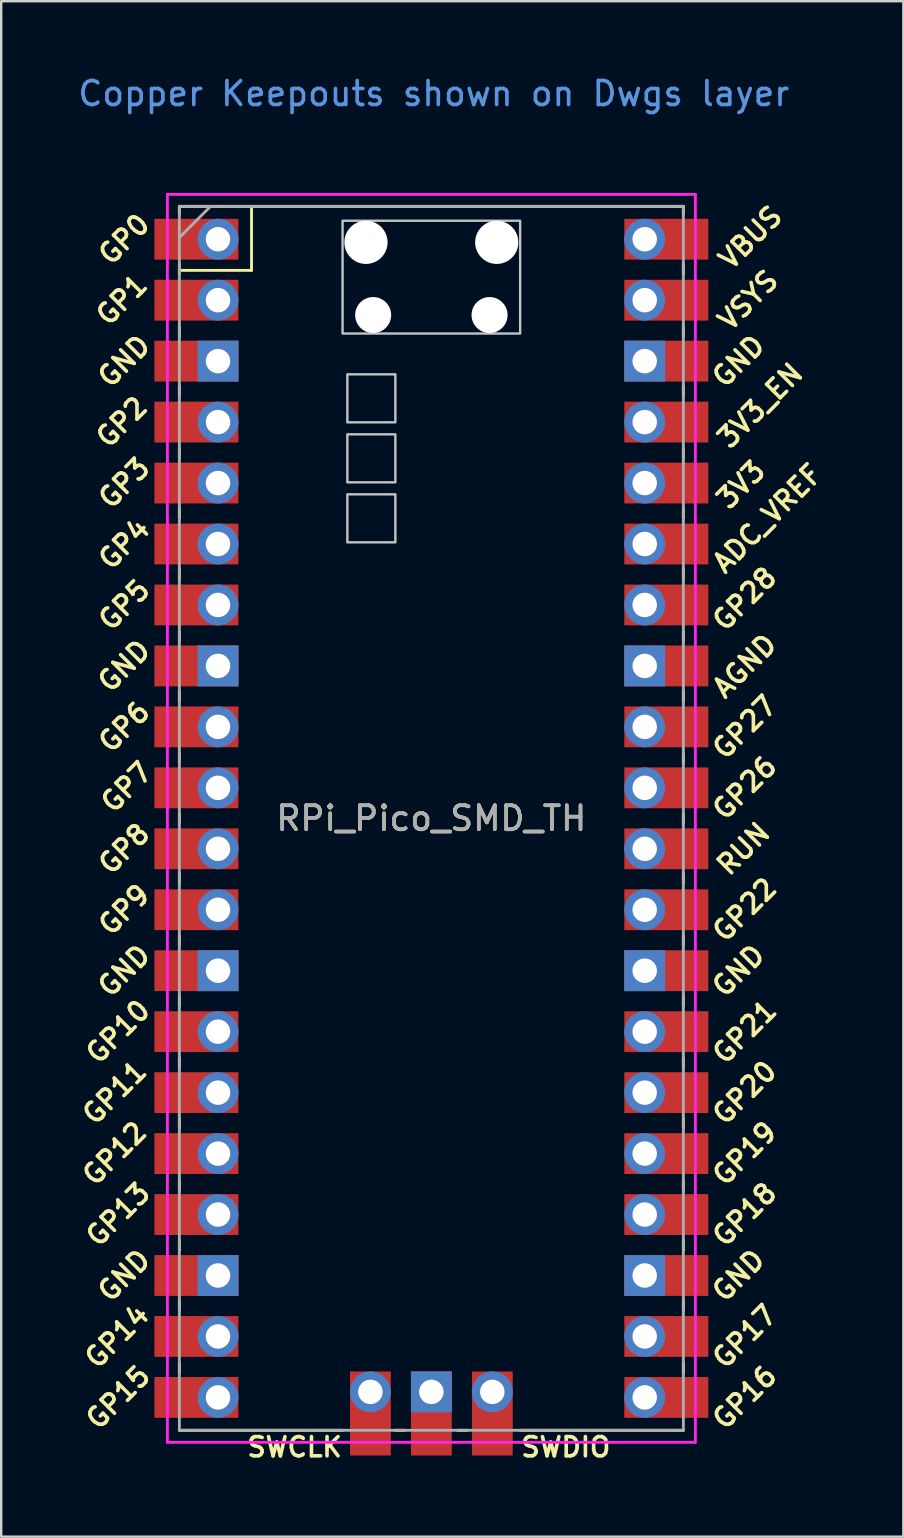
<source format=kicad_pcb>
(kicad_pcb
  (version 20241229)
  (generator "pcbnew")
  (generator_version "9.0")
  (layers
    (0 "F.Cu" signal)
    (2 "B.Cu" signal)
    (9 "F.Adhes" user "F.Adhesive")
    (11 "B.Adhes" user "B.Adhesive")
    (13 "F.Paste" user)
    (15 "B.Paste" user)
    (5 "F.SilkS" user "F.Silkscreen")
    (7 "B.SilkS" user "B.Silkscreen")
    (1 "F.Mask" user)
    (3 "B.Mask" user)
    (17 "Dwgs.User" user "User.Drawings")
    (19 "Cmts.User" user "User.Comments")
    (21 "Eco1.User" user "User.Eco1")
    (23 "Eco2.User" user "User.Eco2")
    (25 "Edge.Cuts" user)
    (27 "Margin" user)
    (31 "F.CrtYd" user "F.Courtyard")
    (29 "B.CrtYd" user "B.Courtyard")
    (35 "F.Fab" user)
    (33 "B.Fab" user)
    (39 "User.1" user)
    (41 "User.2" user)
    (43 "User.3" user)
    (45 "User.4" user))
  (footprint "RPi_Pico_SMD_TH"
    (layer "F.Cu")
    (at 14.924 31.048)
    (property "Reference" "RPi_Pico_SMD_TH" (at 0 0 0) (layer "F.SilkS") (effects (font (size 1 1) (thickness 0.15))))
    (attr through_hole)
    (fp_line (start -10.5 -25.5) (end -10.5 -25.2) (stroke (width 0.12) (type solid)) (layer "F.SilkS"))
    (fp_line (start -10.5 -25.5) (end 10.5 -25.5) (stroke (width 0.12) (type solid)) (layer "F.SilkS"))
    (fp_line (start -10.5 -23.1) (end -10.5 -22.7) (stroke (width 0.12) (type solid)) (layer "F.SilkS"))
    (fp_line (start -10.5 -22.833) (end -7.493 -22.833) (stroke (width 0.12) (type solid)) (layer "F.SilkS"))
    (fp_line (start -10.5 -20.5) (end -10.5 -20.1) (stroke (width 0.12) (type solid)) (layer "F.SilkS"))
    (fp_line (start -10.5 -18) (end -10.5 -17.6) (stroke (width 0.12) (type solid)) (layer "F.SilkS"))
    (fp_line (start -10.5 -15.4) (end -10.5 -15) (stroke (width 0.12) (type solid)) (layer "F.SilkS"))
    (fp_line (start -10.5 -12.9) (end -10.5 -12.5) (stroke (width 0.12) (type solid)) (layer "F.SilkS"))
    (fp_line (start -10.5 -10.4) (end -10.5 -10) (stroke (width 0.12) (type solid)) (layer "F.SilkS"))
    (fp_line (start -10.5 -7.8) (end -10.5 -7.4) (stroke (width 0.12) (type solid)) (layer "F.SilkS"))
    (fp_line (start -10.5 -5.3) (end -10.5 -4.9) (stroke (width 0.12) (type solid)) (layer "F.SilkS"))
    (fp_line (start -10.5 -2.7) (end -10.5 -2.3) (stroke (width 0.12) (type solid)) (layer "F.SilkS"))
    (fp_line (start -10.5 -0.2) (end -10.5 0.2) (stroke (width 0.12) (type solid)) (layer "F.SilkS"))
    (fp_line (start -10.5 2.3) (end -10.5 2.7) (stroke (width 0.12) (type solid)) (layer "F.SilkS"))
    (fp_line (start -10.5 4.9) (end -10.5 5.3) (stroke (width 0.12) (type solid)) (layer "F.SilkS"))
    (fp_line (start -10.5 7.4) (end -10.5 7.8) (stroke (width 0.12) (type solid)) (layer "F.SilkS"))
    (fp_line (start -10.5 10) (end -10.5 10.4) (stroke (width 0.12) (type solid)) (layer "F.SilkS"))
    (fp_line (start -10.5 12.5) (end -10.5 12.9) (stroke (width 0.12) (type solid)) (layer "F.SilkS"))
    (fp_line (start -10.5 15.1) (end -10.5 15.5) (stroke (width 0.12) (type solid)) (layer "F.SilkS"))
    (fp_line (start -10.5 17.6) (end -10.5 18) (stroke (width 0.12) (type solid)) (layer "F.SilkS"))
    (fp_line (start -10.5 20.1) (end -10.5 20.5) (stroke (width 0.12) (type solid)) (layer "F.SilkS"))
    (fp_line (start -10.5 22.7) (end -10.5 23.1) (stroke (width 0.12) (type solid)) (layer "F.SilkS"))
    (fp_line (start -7.493 -22.833) (end -7.493 -25.5) (stroke (width 0.12) (type solid)) (layer "F.SilkS"))
    (fp_line (start -3.7 25.5) (end -10.5 25.5) (stroke (width 0.12) (type solid)) (layer "F.SilkS"))
    (fp_line (start -1.5 25.5) (end -1.1 25.5) (stroke (width 0.12) (type solid)) (layer "F.SilkS"))
    (fp_line (start 1.1 25.5) (end 1.5 25.5) (stroke (width 0.12) (type solid)) (layer "F.SilkS"))
    (fp_line (start 10.5 -25.5) (end 10.5 -25.2) (stroke (width 0.12) (type solid)) (layer "F.SilkS"))
    (fp_line (start 10.5 -23.1) (end 10.5 -22.7) (stroke (width 0.12) (type solid)) (layer "F.SilkS"))
    (fp_line (start 10.5 -20.5) (end 10.5 -20.1) (stroke (width 0.12) (type solid)) (layer "F.SilkS"))
    (fp_line (start 10.5 -18) (end 10.5 -17.6) (stroke (width 0.12) (type solid)) (layer "F.SilkS"))
    (fp_line (start 10.5 -15.4) (end 10.5 -15) (stroke (width 0.12) (type solid)) (layer "F.SilkS"))
    (fp_line (start 10.5 -12.9) (end 10.5 -12.5) (stroke (width 0.12) (type solid)) (layer "F.SilkS"))
    (fp_line (start 10.5 -10.4) (end 10.5 -10) (stroke (width 0.12) (type solid)) (layer "F.SilkS"))
    (fp_line (start 10.5 -7.8) (end 10.5 -7.4) (stroke (width 0.12) (type solid)) (layer "F.SilkS"))
    (fp_line (start 10.5 -5.3) (end 10.5 -4.9) (stroke (width 0.12) (type solid)) (layer "F.SilkS"))
    (fp_line (start 10.5 -2.7) (end 10.5 -2.3) (stroke (width 0.12) (type solid)) (layer "F.SilkS"))
    (fp_line (start 10.5 -0.2) (end 10.5 0.2) (stroke (width 0.12) (type solid)) (layer "F.SilkS"))
    (fp_line (start 10.5 2.3) (end 10.5 2.7) (stroke (width 0.12) (type solid)) (layer "F.SilkS"))
    (fp_line (start 10.5 4.9) (end 10.5 5.3) (stroke (width 0.12) (type solid)) (layer "F.SilkS"))
    (fp_line (start 10.5 7.4) (end 10.5 7.8) (stroke (width 0.12) (type solid)) (layer "F.SilkS"))
    (fp_line (start 10.5 10) (end 10.5 10.4) (stroke (width 0.12) (type solid)) (layer "F.SilkS"))
    (fp_line (start 10.5 12.5) (end 10.5 12.9) (stroke (width 0.12) (type solid)) (layer "F.SilkS"))
    (fp_line (start 10.5 15.1) (end 10.5 15.5) (stroke (width 0.12) (type solid)) (layer "F.SilkS"))
    (fp_line (start 10.5 17.6) (end 10.5 18) (stroke (width 0.12) (type solid)) (layer "F.SilkS"))
    (fp_line (start 10.5 20.1) (end 10.5 20.5) (stroke (width 0.12) (type solid)) (layer "F.SilkS"))
    (fp_line (start 10.5 22.7) (end 10.5 23.1) (stroke (width 0.12) (type solid)) (layer "F.SilkS"))
    (fp_line (start 10.5 25.5) (end 3.7 25.5) (stroke (width 0.12) (type solid)) (layer "F.SilkS"))
    (fp_poly (pts (xy -1.5 -16.5) (xy -3.5 -16.5) (xy -3.5 -18.5) (xy -1.5 -18.5)) (stroke (width 0.1) (type solid)) (fill no) (layer "Dwgs.User"))
    (fp_poly (pts (xy -1.5 -14) (xy -3.5 -14) (xy -3.5 -16) (xy -1.5 -16)) (stroke (width 0.1) (type solid)) (fill no) (layer "Dwgs.User"))
    (fp_poly (pts (xy -1.5 -11.5) (xy -3.5 -11.5) (xy -3.5 -13.5) (xy -1.5 -13.5)) (stroke (width 0.1) (type solid)) (fill no) (layer "Dwgs.User"))
    (fp_poly (pts (xy 3.7 -20.2) (xy -3.7 -20.2) (xy -3.7 -24.9) (xy 3.7 -24.9)) (stroke (width 0.1) (type solid)) (fill no) (layer "Dwgs.User"))
    (fp_line (start -11 -26) (end 11 -26) (stroke (width 0.12) (type solid)) (layer "F.CrtYd"))
    (fp_line (start -11 26) (end -11 -26) (stroke (width 0.12) (type solid)) (layer "F.CrtYd"))
    (fp_line (start 11 -26) (end 11 26) (stroke (width 0.12) (type solid)) (layer "F.CrtYd"))
    (fp_line (start 11 26) (end -11 26) (stroke (width 0.12) (type solid)) (layer "F.CrtYd"))
    (fp_line (start -10.5 -25.5) (end 10.5 -25.5) (stroke (width 0.12) (type solid)) (layer "F.Fab"))
    (fp_line (start -10.5 -24.2) (end -9.2 -25.5) (stroke (width 0.12) (type solid)) (layer "F.Fab"))
    (fp_line (start -10.5 25.5) (end -10.5 -25.5) (stroke (width 0.12) (type solid)) (layer "F.Fab"))
    (fp_line (start 10.5 -25.5) (end 10.5 25.5) (stroke (width 0.12) (type solid)) (layer "F.Fab"))
    (fp_line (start 10.5 25.5) (end -10.5 25.5) (stroke (width 0.12) (type solid)) (layer "F.Fab"))
    (fp_text user "GP4" (at -12.8 -11.43 45) (layer "F.SilkS") (effects (font (size 0.8 0.8) (thickness 0.15))))
    (fp_text user "GP21" (at 13.054 8.9 45) (layer "F.SilkS") (effects (font (size 0.8 0.8) (thickness 0.15))))
    (fp_text user "SWDIO" (at 5.6 26.2 0) (layer "F.SilkS") (effects (font (size 0.8 0.8) (thickness 0.15))))
    (fp_text user "SWCLK" (at -5.7 26.2 0) (layer "F.SilkS") (effects (font (size 0.8 0.8) (thickness 0.15))))
    (fp_text user "GND" (at 12.8 -19.05 45) (layer "F.SilkS") (effects (font (size 0.8 0.8) (thickness 0.15))))
    (fp_text user "GP13" (at -13.054 16.51 45) (layer "F.SilkS") (effects (font (size 0.8 0.8) (thickness 0.15))))
    (fp_text user "GP11" (at -13.2 11.43 45) (layer "F.SilkS") (effects (font (size 0.8 0.8) (thickness 0.15))))
    (fp_text user "GP18" (at 13.054 16.51 45) (layer "F.SilkS") (effects (font (size 0.8 0.8) (thickness 0.15))))
    (fp_text user "VBUS" (at 13.3 -24.2 45) (layer "F.SilkS") (effects (font (size 0.8 0.8) (thickness 0.15))))
    (fp_text user "GP5" (at -12.8 -8.89 45) (layer "F.SilkS") (effects (font (size 0.8 0.8) (thickness 0.15))))
    (fp_text user "GP17" (at 13.054 21.59 45) (layer "F.SilkS") (effects (font (size 0.8 0.8) (thickness 0.15))))
    (fp_text user "GP6" (at -12.8 -3.81 45) (layer "F.SilkS") (effects (font (size 0.8 0.8) (thickness 0.15))))
    (fp_text user "GP27" (at 13.054 -3.8 45) (layer "F.SilkS") (effects (font (size 0.8 0.8) (thickness 0.15))))
    (fp_text user "GND" (at 12.8 6.35 45) (layer "F.SilkS") (effects (font (size 0.8 0.8) (thickness 0.15))))
    (fp_text user "GP14" (at -13.1 21.59 45) (layer "F.SilkS") (effects (font (size 0.8 0.8) (thickness 0.15))))
    (fp_text user "GP28" (at 13.054 -9.144 45) (layer "F.SilkS") (effects (font (size 0.8 0.8) (thickness 0.15))))
    (fp_text user "ADC_VREF" (at 14 -12.5 45) (layer "F.SilkS") (effects (font (size 0.8 0.8) (thickness 0.15))))
    (fp_text user "3V3" (at 12.9 -13.9 45) (layer "F.SilkS") (effects (font (size 0.8 0.8) (thickness 0.15))))
    (fp_text user "GP10" (at -13.054 8.89 45) (layer "F.SilkS") (effects (font (size 0.8 0.8) (thickness 0.15))))
    (fp_text user "GP20" (at 13.054 11.43 45) (layer "F.SilkS") (effects (font (size 0.8 0.8) (thickness 0.15))))
    (fp_text user "GND" (at -12.8 -19.05 45) (layer "F.SilkS") (effects (font (size 0.8 0.8) (thickness 0.15))))
    (fp_text user "GND" (at 12.8 19.05 45) (layer "F.SilkS") (effects (font (size 0.8 0.8) (thickness 0.15))))
    (fp_text user "GP7" (at -12.7 -1.3 45) (layer "F.SilkS") (effects (font (size 0.8 0.8) (thickness 0.15))))
    (fp_text user "GND" (at -12.8 -6.35 45) (layer "F.SilkS") (effects (font (size 0.8 0.8) (thickness 0.15))))
    (fp_text user "GND" (at -12.8 6.35 45) (layer "F.SilkS") (effects (font (size 0.8 0.8) (thickness 0.15))))
    (fp_text user "GP8" (at -12.8 1.27 45) (layer "F.SilkS") (effects (font (size 0.8 0.8) (thickness 0.15))))
    (fp_text user "GP15" (at -13.054 24.13 45) (layer "F.SilkS") (effects (font (size 0.8 0.8) (thickness 0.15))))
    (fp_text user "GP1" (at -12.9 -21.6 45) (layer "F.SilkS") (effects (font (size 0.8 0.8) (thickness 0.15))))
    (fp_text user "GP16" (at 13.054 24.13 45) (layer "F.SilkS") (effects (font (size 0.8 0.8) (thickness 0.15))))
    (fp_text user "GP2" (at -12.9 -16.51 45) (layer "F.SilkS") (effects (font (size 0.8 0.8) (thickness 0.15))))
    (fp_text user "AGND" (at 13.054 -6.35 45) (layer "F.SilkS") (effects (font (size 0.8 0.8) (thickness 0.15))))
    (fp_text user "GP22" (at 13.054 3.81 45) (layer "F.SilkS") (effects (font (size 0.8 0.8) (thickness 0.15))))
    (fp_text user "GP0" (at -12.8 -24.13 45) (layer "F.SilkS") (effects (font (size 0.8 0.8) (thickness 0.15))))
    (fp_text user "GP26" (at 13.054 -1.27 45) (layer "F.SilkS") (effects (font (size 0.8 0.8) (thickness 0.15))))
    (fp_text user "VSYS" (at 13.2 -21.59 45) (layer "F.SilkS") (effects (font (size 0.8 0.8) (thickness 0.15))))
    (fp_text user "GND" (at -12.8 19.05 45) (layer "F.SilkS") (effects (font (size 0.8 0.8) (thickness 0.15))))
    (fp_text user "RUN" (at 13 1.27 45) (layer "F.SilkS") (effects (font (size 0.8 0.8) (thickness 0.15))))
    (fp_text user "GP3" (at -12.8 -13.97 45) (layer "F.SilkS") (effects (font (size 0.8 0.8) (thickness 0.15))))
    (fp_text user "GP9" (at -12.8 3.81 45) (layer "F.SilkS") (effects (font (size 0.8 0.8) (thickness 0.15))))
    (fp_text user "GP19" (at 13.054 13.97 45) (layer "F.SilkS") (effects (font (size 0.8 0.8) (thickness 0.15))))
    (fp_text user "GP12" (at -13.2 13.97 45) (layer "F.SilkS") (effects (font (size 0.8 0.8) (thickness 0.15))))
    (fp_text user "3V3_EN" (at 13.7 -17.2 45) (layer "F.SilkS") (effects (font (size 0.8 0.8) (thickness 0.15))))
    (fp_text user "Copper Keepouts shown on Dwgs layer" (at 0.1 -30.2 0) (layer "Cmts.User") (effects (font (size 1 1) (thickness 0.15))))
    (fp_text user "${REFERENCE}" (at 0 0 180) (layer "F.Fab") (effects (font (size 1 1) (thickness 0.15))))
    (pad "" np_thru_hole oval (at -2.725 -24) (size 1.8 1.8) (drill 1.8) (layers "*.Cu" "*.Mask"))
    (pad "" np_thru_hole oval (at -2.425 -20.97) (size 1.5 1.5) (drill 1.5) (layers "*.Cu" "*.Mask"))
    (pad "" np_thru_hole oval (at 2.425 -20.97) (size 1.5 1.5) (drill 1.5) (layers "*.Cu" "*.Mask"))
    (pad "" np_thru_hole oval (at 2.725 -24) (size 1.8 1.8) (drill 1.8) (layers "*.Cu" "*.Mask"))
    (pad "1" thru_hole oval (at -8.89 -24.13) (size 1.7 1.7) (drill 1.02) (layers "*.Cu" "*.Mask"))
    (pad "1" smd rect (at -8.89 -24.13) (size 3.5 1.7) (drill (offset -0.9 0)) (layers "F.Cu" "F.Mask"))
    (pad "2" thru_hole oval (at -8.89 -21.59) (size 1.7 1.7) (drill 1.02) (layers "*.Cu" "*.Mask"))
    (pad "2" smd rect (at -8.89 -21.59) (size 3.5 1.7) (drill (offset -0.9 0)) (layers "F.Cu" "F.Mask"))
    (pad "3" thru_hole rect (at -8.89 -19.05) (size 1.7 1.7) (drill 1.02) (layers "*.Cu" "*.Mask"))
    (pad "3" smd rect (at -8.89 -19.05) (size 3.5 1.7) (drill (offset -0.9 0)) (layers "F.Cu" "F.Mask"))
    (pad "4" thru_hole oval (at -8.89 -16.51) (size 1.7 1.7) (drill 1.02) (layers "*.Cu" "*.Mask"))
    (pad "4" smd rect (at -8.89 -16.51) (size 3.5 1.7) (drill (offset -0.9 0)) (layers "F.Cu" "F.Mask"))
    (pad "5" thru_hole oval (at -8.89 -13.97) (size 1.7 1.7) (drill 1.02) (layers "*.Cu" "*.Mask"))
    (pad "5" smd rect (at -8.89 -13.97) (size 3.5 1.7) (drill (offset -0.9 0)) (layers "F.Cu" "F.Mask"))
    (pad "6" thru_hole oval (at -8.89 -11.43) (size 1.7 1.7) (drill 1.02) (layers "*.Cu" "*.Mask"))
    (pad "6" smd rect (at -8.89 -11.43) (size 3.5 1.7) (drill (offset -0.9 0)) (layers "F.Cu" "F.Mask"))
    (pad "7" thru_hole oval (at -8.89 -8.89) (size 1.7 1.7) (drill 1.02) (layers "*.Cu" "*.Mask"))
    (pad "7" smd rect (at -8.89 -8.89) (size 3.5 1.7) (drill (offset -0.9 0)) (layers "F.Cu" "F.Mask"))
    (pad "8" thru_hole rect (at -8.89 -6.35) (size 1.7 1.7) (drill 1.02) (layers "*.Cu" "*.Mask"))
    (pad "8" smd rect (at -8.89 -6.35) (size 3.5 1.7) (drill (offset -0.9 0)) (layers "F.Cu" "F.Mask"))
    (pad "9" thru_hole oval (at -8.89 -3.81) (size 1.7 1.7) (drill 1.02) (layers "*.Cu" "*.Mask"))
    (pad "9" smd rect (at -8.89 -3.81) (size 3.5 1.7) (drill (offset -0.9 0)) (layers "F.Cu" "F.Mask"))
    (pad "10" thru_hole oval (at -8.89 -1.27) (size 1.7 1.7) (drill 1.02) (layers "*.Cu" "*.Mask"))
    (pad "10" smd rect (at -8.89 -1.27) (size 3.5 1.7) (drill (offset -0.9 0)) (layers "F.Cu" "F.Mask"))
    (pad "11" thru_hole oval (at -8.89 1.27) (size 1.7 1.7) (drill 1.02) (layers "*.Cu" "*.Mask"))
    (pad "11" smd rect (at -8.89 1.27) (size 3.5 1.7) (drill (offset -0.9 0)) (layers "F.Cu" "F.Mask"))
    (pad "12" thru_hole oval (at -8.89 3.81) (size 1.7 1.7) (drill 1.02) (layers "*.Cu" "*.Mask"))
    (pad "12" smd rect (at -8.89 3.81) (size 3.5 1.7) (drill (offset -0.9 0)) (layers "F.Cu" "F.Mask"))
    (pad "13" thru_hole rect (at -8.89 6.35) (size 1.7 1.7) (drill 1.02) (layers "*.Cu" "*.Mask"))
    (pad "13" smd rect (at -8.89 6.35) (size 3.5 1.7) (drill (offset -0.9 0)) (layers "F.Cu" "F.Mask"))
    (pad "14" thru_hole oval (at -8.89 8.89) (size 1.7 1.7) (drill 1.02) (layers "*.Cu" "*.Mask"))
    (pad "14" smd rect (at -8.89 8.89) (size 3.5 1.7) (drill (offset -0.9 0)) (layers "F.Cu" "F.Mask"))
    (pad "15" thru_hole oval (at -8.89 11.43) (size 1.7 1.7) (drill 1.02) (layers "*.Cu" "*.Mask"))
    (pad "15" smd rect (at -8.89 11.43) (size 3.5 1.7) (drill (offset -0.9 0)) (layers "F.Cu" "F.Mask"))
    (pad "16" thru_hole oval (at -8.89 13.97) (size 1.7 1.7) (drill 1.02) (layers "*.Cu" "*.Mask"))
    (pad "16" smd rect (at -8.89 13.97) (size 3.5 1.7) (drill (offset -0.9 0)) (layers "F.Cu" "F.Mask"))
    (pad "17" thru_hole oval (at -8.89 16.51) (size 1.7 1.7) (drill 1.02) (layers "*.Cu" "*.Mask"))
    (pad "17" smd rect (at -8.89 16.51) (size 3.5 1.7) (drill (offset -0.9 0)) (layers "F.Cu" "F.Mask"))
    (pad "18" thru_hole rect (at -8.89 19.05) (size 1.7 1.7) (drill 1.02) (layers "*.Cu" "*.Mask"))
    (pad "18" smd rect (at -8.89 19.05) (size 3.5 1.7) (drill (offset -0.9 0)) (layers "F.Cu" "F.Mask"))
    (pad "19" thru_hole oval (at -8.89 21.59) (size 1.7 1.7) (drill 1.02) (layers "*.Cu" "*.Mask"))
    (pad "19" smd rect (at -8.89 21.59) (size 3.5 1.7) (drill (offset -0.9 0)) (layers "F.Cu" "F.Mask"))
    (pad "20" thru_hole oval (at -8.89 24.13) (size 1.7 1.7) (drill 1.02) (layers "*.Cu" "*.Mask"))
    (pad "20" smd rect (at -8.89 24.13) (size 3.5 1.7) (drill (offset -0.9 0)) (layers "F.Cu" "F.Mask"))
    (pad "21" thru_hole oval (at 8.89 24.13) (size 1.7 1.7) (drill 1.02) (layers "*.Cu" "*.Mask"))
    (pad "21" smd rect (at 8.89 24.13) (size 3.5 1.7) (drill (offset 0.9 0)) (layers "F.Cu" "F.Mask"))
    (pad "22" thru_hole oval (at 8.89 21.59) (size 1.7 1.7) (drill 1.02) (layers "*.Cu" "*.Mask"))
    (pad "22" smd rect (at 8.89 21.59) (size 3.5 1.7) (drill (offset 0.9 0)) (layers "F.Cu" "F.Mask"))
    (pad "23" thru_hole rect (at 8.89 19.05) (size 1.7 1.7) (drill 1.02) (layers "*.Cu" "*.Mask"))
    (pad "23" smd rect (at 8.89 19.05) (size 3.5 1.7) (drill (offset 0.9 0)) (layers "F.Cu" "F.Mask"))
    (pad "24" thru_hole oval (at 8.89 16.51) (size 1.7 1.7) (drill 1.02) (layers "*.Cu" "*.Mask"))
    (pad "24" smd rect (at 8.89 16.51) (size 3.5 1.7) (drill (offset 0.9 0)) (layers "F.Cu" "F.Mask"))
    (pad "25" thru_hole oval (at 8.89 13.97) (size 1.7 1.7) (drill 1.02) (layers "*.Cu" "*.Mask"))
    (pad "25" smd rect (at 8.89 13.97) (size 3.5 1.7) (drill (offset 0.9 0)) (layers "F.Cu" "F.Mask"))
    (pad "26" thru_hole oval (at 8.89 11.43) (size 1.7 1.7) (drill 1.02) (layers "*.Cu" "*.Mask"))
    (pad "26" smd rect (at 8.89 11.43) (size 3.5 1.7) (drill (offset 0.9 0)) (layers "F.Cu" "F.Mask"))
    (pad "27" thru_hole oval (at 8.89 8.89) (size 1.7 1.7) (drill 1.02) (layers "*.Cu" "*.Mask"))
    (pad "27" smd rect (at 8.89 8.89) (size 3.5 1.7) (drill (offset 0.9 0)) (layers "F.Cu" "F.Mask"))
    (pad "28" thru_hole rect (at 8.89 6.35) (size 1.7 1.7) (drill 1.02) (layers "*.Cu" "*.Mask"))
    (pad "28" smd rect (at 8.89 6.35) (size 3.5 1.7) (drill (offset 0.9 0)) (layers "F.Cu" "F.Mask"))
    (pad "29" thru_hole oval (at 8.89 3.81) (size 1.7 1.7) (drill 1.02) (layers "*.Cu" "*.Mask"))
    (pad "29" smd rect (at 8.89 3.81) (size 3.5 1.7) (drill (offset 0.9 0)) (layers "F.Cu" "F.Mask"))
    (pad "30" thru_hole oval (at 8.89 1.27) (size 1.7 1.7) (drill 1.02) (layers "*.Cu" "*.Mask"))
    (pad "30" smd rect (at 8.89 1.27) (size 3.5 1.7) (drill (offset 0.9 0)) (layers "F.Cu" "F.Mask"))
    (pad "31" thru_hole oval (at 8.89 -1.27) (size 1.7 1.7) (drill 1.02) (layers "*.Cu" "*.Mask"))
    (pad "31" smd rect (at 8.89 -1.27) (size 3.5 1.7) (drill (offset 0.9 0)) (layers "F.Cu" "F.Mask"))
    (pad "32" thru_hole oval (at 8.89 -3.81) (size 1.7 1.7) (drill 1.02) (layers "*.Cu" "*.Mask"))
    (pad "32" smd rect (at 8.89 -3.81) (size 3.5 1.7) (drill (offset 0.9 0)) (layers "F.Cu" "F.Mask"))
    (pad "33" thru_hole rect (at 8.89 -6.35) (size 1.7 1.7) (drill 1.02) (layers "*.Cu" "*.Mask"))
    (pad "33" smd rect (at 8.89 -6.35) (size 3.5 1.7) (drill (offset 0.9 0)) (layers "F.Cu" "F.Mask"))
    (pad "34" thru_hole oval (at 8.89 -8.89) (size 1.7 1.7) (drill 1.02) (layers "*.Cu" "*.Mask"))
    (pad "34" smd rect (at 8.89 -8.89) (size 3.5 1.7) (drill (offset 0.9 0)) (layers "F.Cu" "F.Mask"))
    (pad "35" thru_hole oval (at 8.89 -11.43) (size 1.7 1.7) (drill 1.02) (layers "*.Cu" "*.Mask"))
    (pad "35" smd rect (at 8.89 -11.43) (size 3.5 1.7) (drill (offset 0.9 0)) (layers "F.Cu" "F.Mask"))
    (pad "36" thru_hole oval (at 8.89 -13.97) (size 1.7 1.7) (drill 1.02) (layers "*.Cu" "*.Mask"))
    (pad "36" smd rect (at 8.89 -13.97) (size 3.5 1.7) (drill (offset 0.9 0)) (layers "F.Cu" "F.Mask"))
    (pad "37" thru_hole oval (at 8.89 -16.51) (size 1.7 1.7) (drill 1.02) (layers "*.Cu" "*.Mask"))
    (pad "37" smd rect (at 8.89 -16.51) (size 3.5 1.7) (drill (offset 0.9 0)) (layers "F.Cu" "F.Mask"))
    (pad "38" thru_hole rect (at 8.89 -19.05) (size 1.7 1.7) (drill 1.02) (layers "*.Cu" "*.Mask"))
    (pad "38" smd rect (at 8.89 -19.05) (size 3.5 1.7) (drill (offset 0.9 0)) (layers "F.Cu" "F.Mask"))
    (pad "39" thru_hole oval (at 8.89 -21.59) (size 1.7 1.7) (drill 1.02) (layers "*.Cu" "*.Mask"))
    (pad "39" smd rect (at 8.89 -21.59) (size 3.5 1.7) (drill (offset 0.9 0)) (layers "F.Cu" "F.Mask"))
    (pad "40" thru_hole oval (at 8.89 -24.13) (size 1.7 1.7) (drill 1.02) (layers "*.Cu" "*.Mask"))
    (pad "40" smd rect (at 8.89 -24.13) (size 3.5 1.7) (drill (offset 0.9 0)) (layers "F.Cu" "F.Mask"))
    (pad "41" thru_hole oval (at -2.54 23.9) (size 1.7 1.7) (drill 1.02) (layers "*.Cu" "*.Mask"))
    (pad "41" smd rect (at -2.54 23.9 90) (size 3.5 1.7) (drill (offset -0.9 0)) (layers "F.Cu" "F.Mask"))
    (pad "42" thru_hole rect (at 0 23.9) (size 1.7 1.7) (drill 1.02) (layers "*.Cu" "*.Mask"))
    (pad "42" smd rect (at 0 23.9 90) (size 3.5 1.7) (drill (offset -0.9 0)) (layers "F.Cu" "F.Mask"))
    (pad "43" thru_hole oval (at 2.54 23.9) (size 1.7 1.7) (drill 1.02) (layers "*.Cu" "*.Mask"))
    (pad "43" smd rect (at 2.54 23.9 90) (size 3.5 1.7) (drill (offset -0.9 0)) (layers "F.Cu" "F.Mask"))
    (zone (net_name "") (layer "F.Cu") (name "Pico TPs") (hatch edge 0.5) (connect_pads) (min_thickness 0.25) (filled_areas_thickness no) (keepout (tracks not_allowed) (vias not_allowed) (pads allowed) (copperpour not_allowed) (footprints not_allowed)) (placement (enabled no)) (fill) (polygon (pts (xy 9.844 3.108) (xy 20.004 3.108) (xy 20.004 20.888) (xy 9.844 20.888)))))
  (gr_rect
    (start -3 -3)
    (end 34.591 60.98)
    (stroke (width 0.1) (type default))
    (fill no)
    (layer "Edge.Cuts")))
</source>
